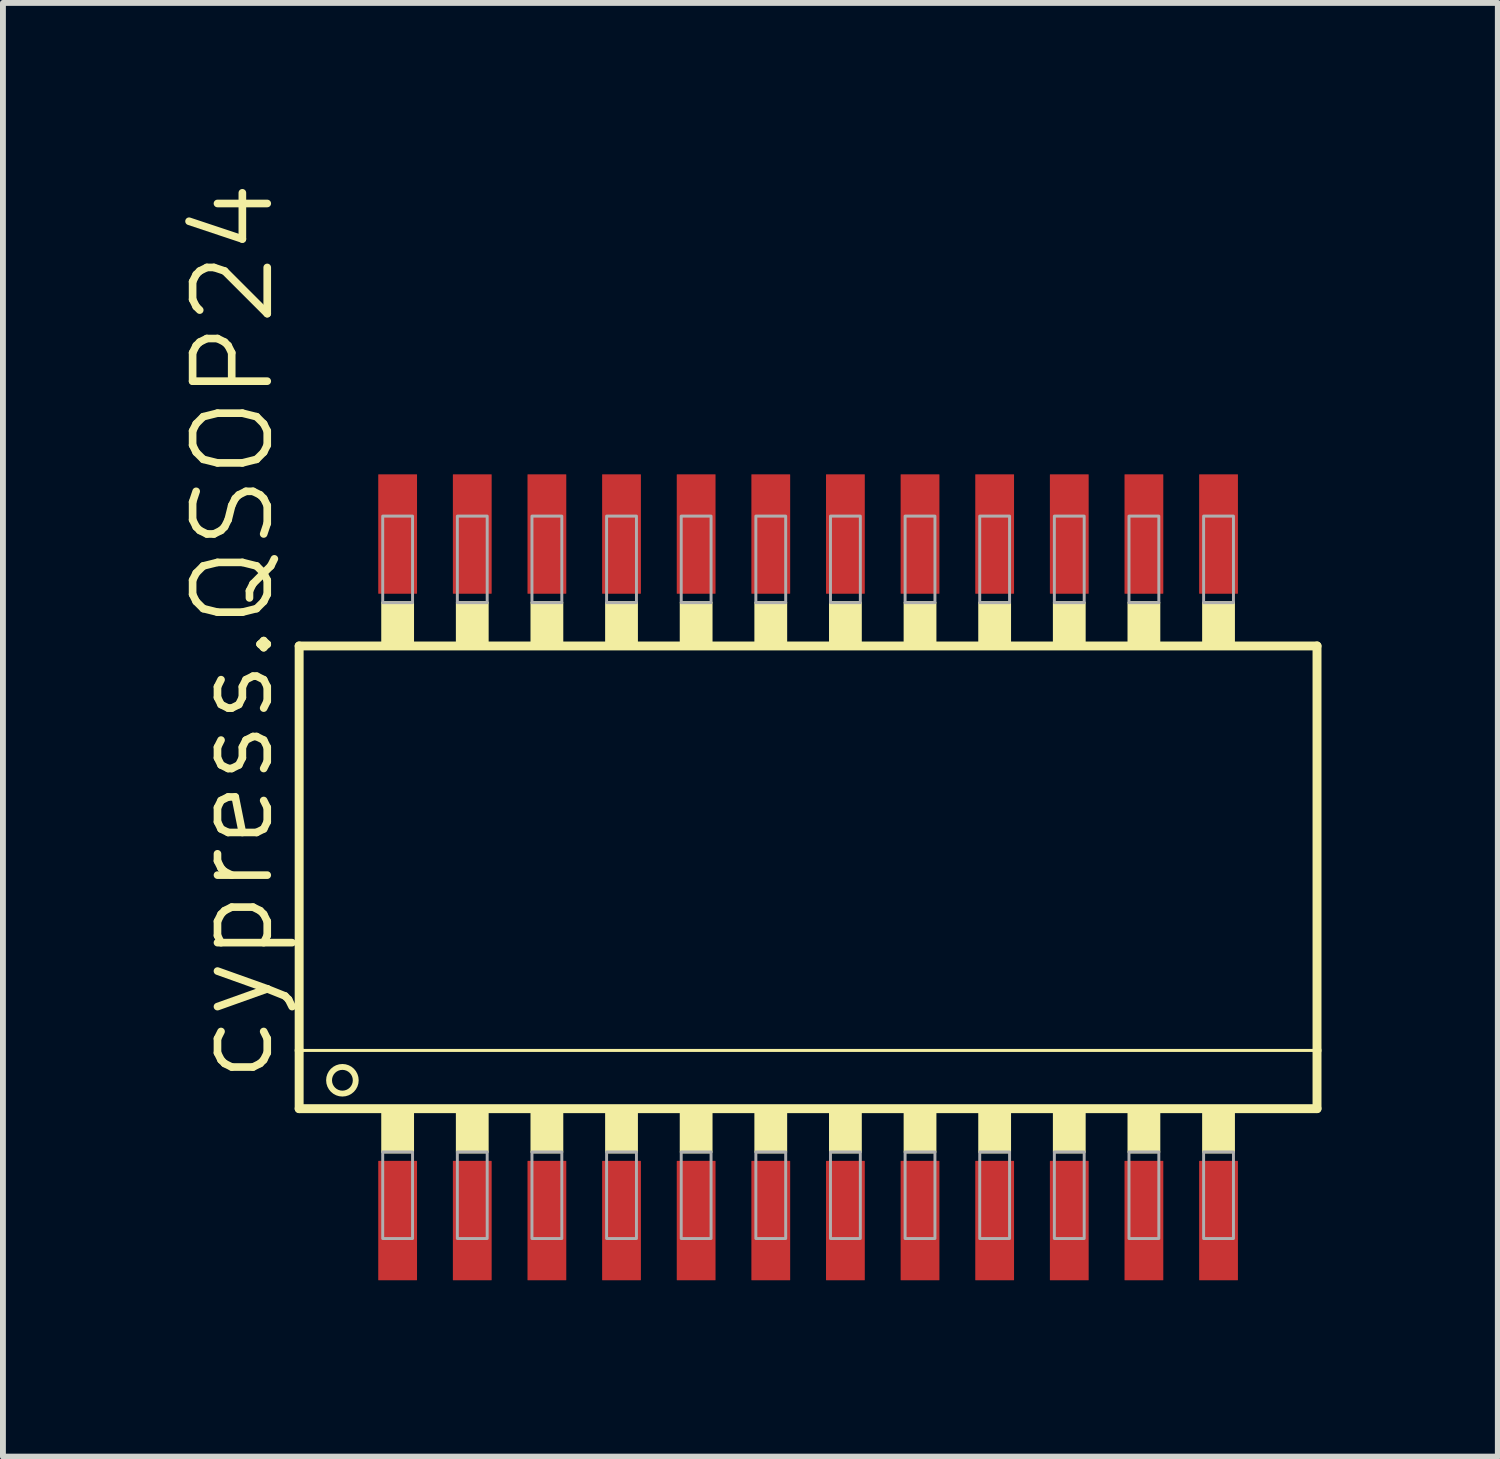
<source format=kicad_pcb>
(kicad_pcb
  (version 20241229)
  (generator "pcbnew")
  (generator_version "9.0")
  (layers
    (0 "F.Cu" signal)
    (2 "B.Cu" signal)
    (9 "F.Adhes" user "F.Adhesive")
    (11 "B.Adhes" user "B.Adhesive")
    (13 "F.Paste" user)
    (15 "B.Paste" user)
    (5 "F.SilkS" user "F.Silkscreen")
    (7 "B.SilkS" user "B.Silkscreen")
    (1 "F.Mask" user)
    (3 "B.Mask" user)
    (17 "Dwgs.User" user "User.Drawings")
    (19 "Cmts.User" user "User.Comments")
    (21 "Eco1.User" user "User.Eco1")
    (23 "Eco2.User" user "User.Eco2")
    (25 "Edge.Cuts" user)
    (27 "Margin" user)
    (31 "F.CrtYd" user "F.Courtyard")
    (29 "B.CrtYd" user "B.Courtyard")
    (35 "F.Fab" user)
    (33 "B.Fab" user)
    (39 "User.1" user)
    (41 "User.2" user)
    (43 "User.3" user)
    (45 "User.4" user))
  (footprint "cypress.QSOP24"
    (layer "F.Cu")
    (at 10.702 11.88)
    (property "Reference" "cypress.QSOP24" (at -9.042 3.556 90) (layer "F.SilkS") (effects (font (size 1.27 1.27) (thickness 0.13)) (justify left bottom)))
    (attr smd)
    (fp_line (start -8.661 -3.937) (end -8.661 2.946) (stroke (width 0.152) (type default)) (layer "F.SilkS"))
    (fp_line (start -8.661 2.946) (end -8.661 3.937) (stroke (width 0.152) (type default)) (layer "F.SilkS"))
    (fp_line (start -8.661 2.946) (end 8.661 2.946) (stroke (width 0.051) (type default)) (layer "F.SilkS"))
    (fp_line (start -8.661 3.937) (end 8.661 3.937) (stroke (width 0.152) (type default)) (layer "F.SilkS"))
    (fp_line (start 8.661 -3.937) (end -8.661 -3.937) (stroke (width 0.152) (type default)) (layer "F.SilkS"))
    (fp_line (start 8.661 2.946) (end 8.661 -3.937) (stroke (width 0.152) (type default)) (layer "F.SilkS"))
    (fp_line (start 8.661 3.937) (end 8.661 2.946) (stroke (width 0.152) (type default)) (layer "F.SilkS"))
    (fp_rect (start -7.239 -3.937) (end -6.731 -4.674) (stroke (width 0.05) (type default)) (fill yes) (layer "F.SilkS"))
    (fp_rect (start -7.239 4.674) (end -6.731 3.937) (stroke (width 0.05) (type default)) (fill yes) (layer "F.SilkS"))
    (fp_rect (start -5.969 -3.937) (end -5.461 -4.674) (stroke (width 0.05) (type default)) (fill yes) (layer "F.SilkS"))
    (fp_rect (start -5.969 4.674) (end -5.461 3.937) (stroke (width 0.05) (type default)) (fill yes) (layer "F.SilkS"))
    (fp_rect (start -4.699 -3.937) (end -4.191 -4.674) (stroke (width 0.05) (type default)) (fill yes) (layer "F.SilkS"))
    (fp_rect (start -4.699 4.674) (end -4.191 3.937) (stroke (width 0.05) (type default)) (fill yes) (layer "F.SilkS"))
    (fp_rect (start -3.429 -3.937) (end -2.921 -4.674) (stroke (width 0.05) (type default)) (fill yes) (layer "F.SilkS"))
    (fp_rect (start -3.429 4.674) (end -2.921 3.937) (stroke (width 0.05) (type default)) (fill yes) (layer "F.SilkS"))
    (fp_rect (start -2.159 -3.937) (end -1.651 -4.674) (stroke (width 0.05) (type default)) (fill yes) (layer "F.SilkS"))
    (fp_rect (start -2.159 4.674) (end -1.651 3.937) (stroke (width 0.05) (type default)) (fill yes) (layer "F.SilkS"))
    (fp_rect (start -0.889 -3.937) (end -0.381 -4.674) (stroke (width 0.05) (type default)) (fill yes) (layer "F.SilkS"))
    (fp_rect (start -0.889 4.674) (end -0.381 3.937) (stroke (width 0.05) (type default)) (fill yes) (layer "F.SilkS"))
    (fp_rect (start 0.381 -3.937) (end 0.889 -4.674) (stroke (width 0.05) (type default)) (fill yes) (layer "F.SilkS"))
    (fp_rect (start 0.381 4.674) (end 0.889 3.937) (stroke (width 0.05) (type default)) (fill yes) (layer "F.SilkS"))
    (fp_rect (start 1.651 -3.937) (end 2.159 -4.674) (stroke (width 0.05) (type default)) (fill yes) (layer "F.SilkS"))
    (fp_rect (start 1.651 4.674) (end 2.159 3.937) (stroke (width 0.05) (type default)) (fill yes) (layer "F.SilkS"))
    (fp_rect (start 2.921 -3.937) (end 3.429 -4.674) (stroke (width 0.05) (type default)) (fill yes) (layer "F.SilkS"))
    (fp_rect (start 2.921 4.674) (end 3.429 3.937) (stroke (width 0.05) (type default)) (fill yes) (layer "F.SilkS"))
    (fp_rect (start 4.191 -3.937) (end 4.699 -4.674) (stroke (width 0.05) (type default)) (fill yes) (layer "F.SilkS"))
    (fp_rect (start 4.191 4.674) (end 4.699 3.937) (stroke (width 0.05) (type default)) (fill yes) (layer "F.SilkS"))
    (fp_rect (start 5.461 -3.937) (end 5.969 -4.674) (stroke (width 0.05) (type default)) (fill yes) (layer "F.SilkS"))
    (fp_rect (start 5.461 4.674) (end 5.969 3.937) (stroke (width 0.05) (type default)) (fill yes) (layer "F.SilkS"))
    (fp_rect (start 6.731 -3.937) (end 7.239 -4.674) (stroke (width 0.05) (type default)) (fill yes) (layer "F.SilkS"))
    (fp_rect (start 6.731 4.674) (end 7.239 3.937) (stroke (width 0.05) (type default)) (fill yes) (layer "F.SilkS"))
    (fp_circle (center -7.925 3.454) (end -7.698 3.454) (stroke (width 0.1) (type default)) (fill no) (layer "F.SilkS"))
    (fp_rect (start -7.239 -4.674) (end -6.731 -6.147) (stroke (width 0.05) (type default)) (fill no) (layer "F.Fab"))
    (fp_rect (start -7.239 6.147) (end -6.731 4.674) (stroke (width 0.05) (type default)) (fill no) (layer "F.Fab"))
    (fp_rect (start -5.969 -4.674) (end -5.461 -6.147) (stroke (width 0.05) (type default)) (fill no) (layer "F.Fab"))
    (fp_rect (start -5.969 6.147) (end -5.461 4.674) (stroke (width 0.05) (type default)) (fill no) (layer "F.Fab"))
    (fp_rect (start -4.699 -4.674) (end -4.191 -6.147) (stroke (width 0.05) (type default)) (fill no) (layer "F.Fab"))
    (fp_rect (start -4.699 6.147) (end -4.191 4.674) (stroke (width 0.05) (type default)) (fill no) (layer "F.Fab"))
    (fp_rect (start -3.429 -4.674) (end -2.921 -6.147) (stroke (width 0.05) (type default)) (fill no) (layer "F.Fab"))
    (fp_rect (start -3.429 6.147) (end -2.921 4.674) (stroke (width 0.05) (type default)) (fill no) (layer "F.Fab"))
    (fp_rect (start -2.159 -4.674) (end -1.651 -6.147) (stroke (width 0.05) (type default)) (fill no) (layer "F.Fab"))
    (fp_rect (start -2.159 6.147) (end -1.651 4.674) (stroke (width 0.05) (type default)) (fill no) (layer "F.Fab"))
    (fp_rect (start -0.889 -4.674) (end -0.381 -6.147) (stroke (width 0.05) (type default)) (fill no) (layer "F.Fab"))
    (fp_rect (start -0.889 6.147) (end -0.381 4.674) (stroke (width 0.05) (type default)) (fill no) (layer "F.Fab"))
    (fp_rect (start 0.381 -4.674) (end 0.889 -6.147) (stroke (width 0.05) (type default)) (fill no) (layer "F.Fab"))
    (fp_rect (start 0.381 6.147) (end 0.889 4.674) (stroke (width 0.05) (type default)) (fill no) (layer "F.Fab"))
    (fp_rect (start 1.651 -4.674) (end 2.159 -6.147) (stroke (width 0.05) (type default)) (fill no) (layer "F.Fab"))
    (fp_rect (start 1.651 6.147) (end 2.159 4.674) (stroke (width 0.05) (type default)) (fill no) (layer "F.Fab"))
    (fp_rect (start 2.921 -4.674) (end 3.429 -6.147) (stroke (width 0.05) (type default)) (fill no) (layer "F.Fab"))
    (fp_rect (start 2.921 6.147) (end 3.429 4.674) (stroke (width 0.05) (type default)) (fill no) (layer "F.Fab"))
    (fp_rect (start 4.191 -4.674) (end 4.699 -6.147) (stroke (width 0.05) (type default)) (fill no) (layer "F.Fab"))
    (fp_rect (start 4.191 6.147) (end 4.699 4.674) (stroke (width 0.05) (type default)) (fill no) (layer "F.Fab"))
    (fp_rect (start 5.461 -4.674) (end 5.969 -6.147) (stroke (width 0.05) (type default)) (fill no) (layer "F.Fab"))
    (fp_rect (start 5.461 6.147) (end 5.969 4.674) (stroke (width 0.05) (type default)) (fill no) (layer "F.Fab"))
    (fp_rect (start 6.731 -4.674) (end 7.239 -6.147) (stroke (width 0.05) (type default)) (fill no) (layer "F.Fab"))
    (fp_rect (start 6.731 6.147) (end 7.239 4.674) (stroke (width 0.05) (type default)) (fill no) (layer "F.Fab"))
    (pad "1" smd roundrect (at -6.985 5.842) (size 0.66 2.032) (layers "F.Cu" "F.Mask" "F.Paste") (roundrect_rratio 0.01))
    (pad "2" smd roundrect (at -5.715 5.842) (size 0.66 2.032) (layers "F.Cu" "F.Mask" "F.Paste") (roundrect_rratio 0.01))
    (pad "3" smd roundrect (at -4.445 5.842) (size 0.66 2.032) (layers "F.Cu" "F.Mask" "F.Paste") (roundrect_rratio 0.01))
    (pad "4" smd roundrect (at -3.175 5.842) (size 0.66 2.032) (layers "F.Cu" "F.Mask" "F.Paste") (roundrect_rratio 0.01))
    (pad "5" smd roundrect (at -1.905 5.842) (size 0.66 2.032) (layers "F.Cu" "F.Mask" "F.Paste") (roundrect_rratio 0.01))
    (pad "6" smd roundrect (at -0.635 5.842) (size 0.66 2.032) (layers "F.Cu" "F.Mask" "F.Paste") (roundrect_rratio 0.01))
    (pad "7" smd roundrect (at 0.635 5.842) (size 0.66 2.032) (layers "F.Cu" "F.Mask" "F.Paste") (roundrect_rratio 0.01))
    (pad "8" smd roundrect (at 1.905 5.842) (size 0.66 2.032) (layers "F.Cu" "F.Mask" "F.Paste") (roundrect_rratio 0.01))
    (pad "9" smd roundrect (at 3.175 5.842) (size 0.66 2.032) (layers "F.Cu" "F.Mask" "F.Paste") (roundrect_rratio 0.01))
    (pad "10" smd roundrect (at 4.445 5.842) (size 0.66 2.032) (layers "F.Cu" "F.Mask" "F.Paste") (roundrect_rratio 0.01))
    (pad "11" smd roundrect (at 5.715 5.842) (size 0.66 2.032) (layers "F.Cu" "F.Mask" "F.Paste") (roundrect_rratio 0.01))
    (pad "12" smd roundrect (at 6.985 5.842) (size 0.66 2.032) (layers "F.Cu" "F.Mask" "F.Paste") (roundrect_rratio 0.01))
    (pad "13" smd roundrect (at 6.985 -5.842) (size 0.66 2.032) (layers "F.Cu" "F.Mask" "F.Paste") (roundrect_rratio 0.01))
    (pad "14" smd roundrect (at 5.715 -5.842) (size 0.66 2.032) (layers "F.Cu" "F.Mask" "F.Paste") (roundrect_rratio 0.01))
    (pad "15" smd roundrect (at 4.445 -5.842) (size 0.66 2.032) (layers "F.Cu" "F.Mask" "F.Paste") (roundrect_rratio 0.01))
    (pad "16" smd roundrect (at 3.175 -5.842) (size 0.66 2.032) (layers "F.Cu" "F.Mask" "F.Paste") (roundrect_rratio 0.01))
    (pad "17" smd roundrect (at 1.905 -5.842) (size 0.66 2.032) (layers "F.Cu" "F.Mask" "F.Paste") (roundrect_rratio 0.01))
    (pad "18" smd roundrect (at 0.635 -5.842) (size 0.66 2.032) (layers "F.Cu" "F.Mask" "F.Paste") (roundrect_rratio 0.01))
    (pad "19" smd roundrect (at -0.635 -5.842) (size 0.66 2.032) (layers "F.Cu" "F.Mask" "F.Paste") (roundrect_rratio 0.01))
    (pad "20" smd roundrect (at -1.905 -5.842) (size 0.66 2.032) (layers "F.Cu" "F.Mask" "F.Paste") (roundrect_rratio 0.01))
    (pad "21" smd roundrect (at -3.175 -5.842) (size 0.66 2.032) (layers "F.Cu" "F.Mask" "F.Paste") (roundrect_rratio 0.01))
    (pad "22" smd roundrect (at -4.445 -5.842) (size 0.66 2.032) (layers "F.Cu" "F.Mask" "F.Paste") (roundrect_rratio 0.01))
    (pad "23" smd roundrect (at -5.715 -5.842) (size 0.66 2.032) (layers "F.Cu" "F.Mask" "F.Paste") (roundrect_rratio 0.01))
    (pad "24" smd roundrect (at -6.985 -5.842) (size 0.66 2.032) (layers "F.Cu" "F.Mask" "F.Paste") (roundrect_rratio 0.01)))
  (gr_rect
    (start -3 -3)
    (end 22.44 21.738)
    (stroke (width 0.1) (type default))
    (fill no)
    (layer "Edge.Cuts")))
</source>
